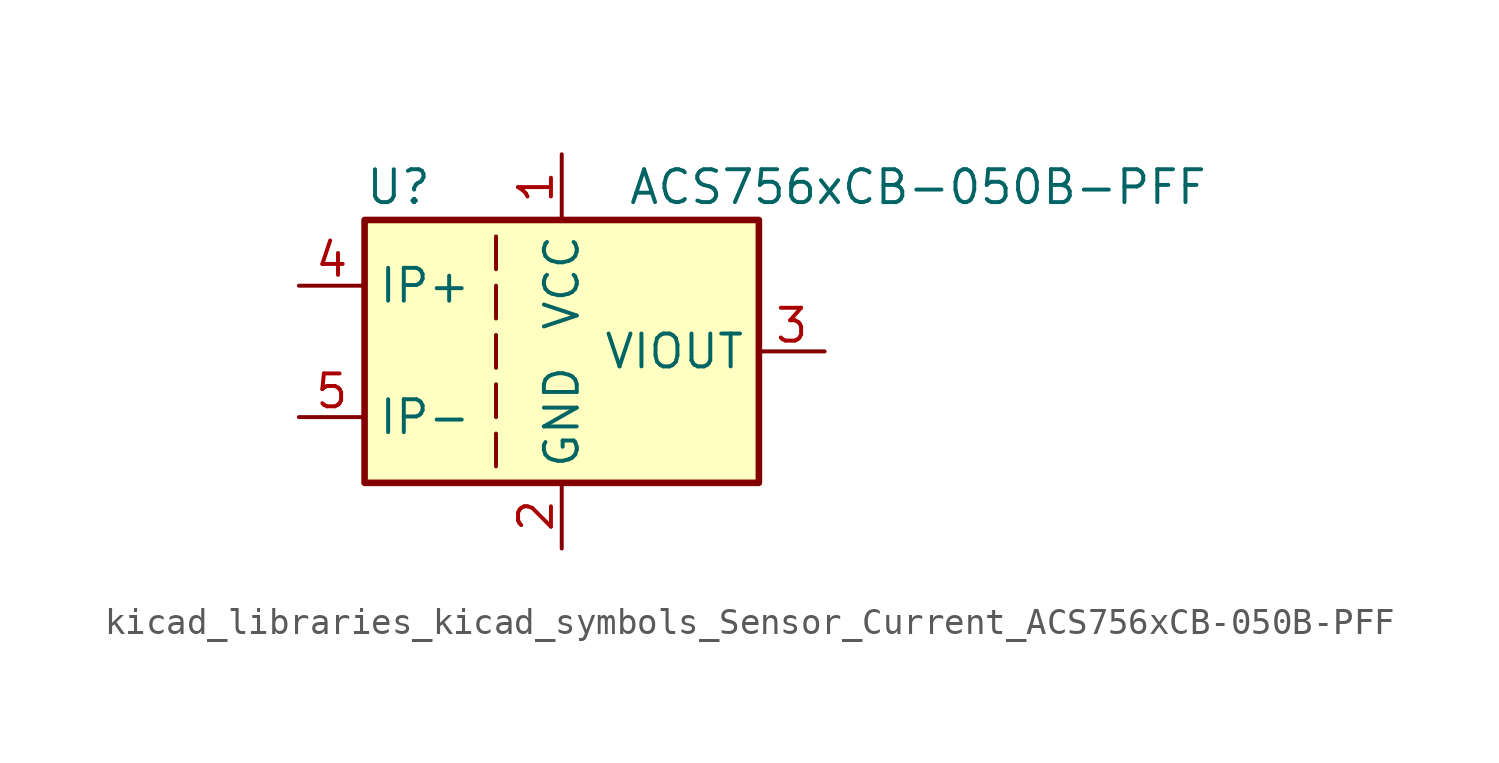
<source format=kicad_sym>
(kicad_symbol_lib
  (version 20220914)
  (generator kicad_symbol_editor)
  (symbol "kicad_libraries_kicad_symbols_Sensor_Current_ACS756xCB-050B-PFF"
    (property "Reference" "U"
      (at -7.62 6.35 0)
      (effects (font (size 1.27 1.27)) (justify left)))
    (property "Value" "ACS756xCB-050B-PFF"
      (at 2.54 6.35 0)
      (effects (font (size 1.27 1.27)) (justify left)))
    (symbol "kicad_libraries_kicad_symbols_Sensor_Current_ACS756xCB-050B-PFF_0_1"
      (rectangle (start -7.62 5.08) (end 7.62 -5.08) (stroke (width 0.254) (type default)) (fill (type background)))
      (polyline (pts (xy -2.54 -3.175) (xy -2.54 -4.445)) (stroke (width 0) (type default)) (fill (type none)))
      (polyline (pts (xy -2.54 -1.27) (xy -2.54 -2.54)) (stroke (width 0) (type default)) (fill (type none)))
      (polyline (pts (xy -2.54 0.635) (xy -2.54 -0.635)) (stroke (width 0) (type default)) (fill (type none)))
      (polyline (pts (xy -2.54 1.27) (xy -2.54 2.54)) (stroke (width 0) (type default)) (fill (type none)))
      (polyline (pts (xy -2.54 3.175) (xy -2.54 4.445)) (stroke (width 0) (type default)) (fill (type none))))
    (symbol "kicad_libraries_kicad_symbols_Sensor_Current_ACS756xCB-050B-PFF_1_1"
      (pin power_in line (at 0 7.62 270) (length 2.54) (name "VCC" (effects (font (size 1.27 1.27)))) (number "1" (effects (font (size 1.27 1.27)))))
      (pin power_in line (at 0 -7.62 90) (length 2.54) (name "GND" (effects (font (size 1.27 1.27)))) (number "2" (effects (font (size 1.27 1.27)))))
      (pin output line (at 10.16 0 180) (length 2.54) (name "VIOUT" (effects (font (size 1.27 1.27)))) (number "3" (effects (font (size 1.27 1.27)))))
      (pin passive line (at -10.16 2.54 0) (length 2.54) (name "IP+" (effects (font (size 1.27 1.27)))) (number "4" (effects (font (size 1.27 1.27)))))
      (pin passive line (at -10.16 -2.54 0) (length 2.54) (name "IP-" (effects (font (size 1.27 1.27)))) (number "5" (effects (font (size 1.27 1.27))))))))
</source>
